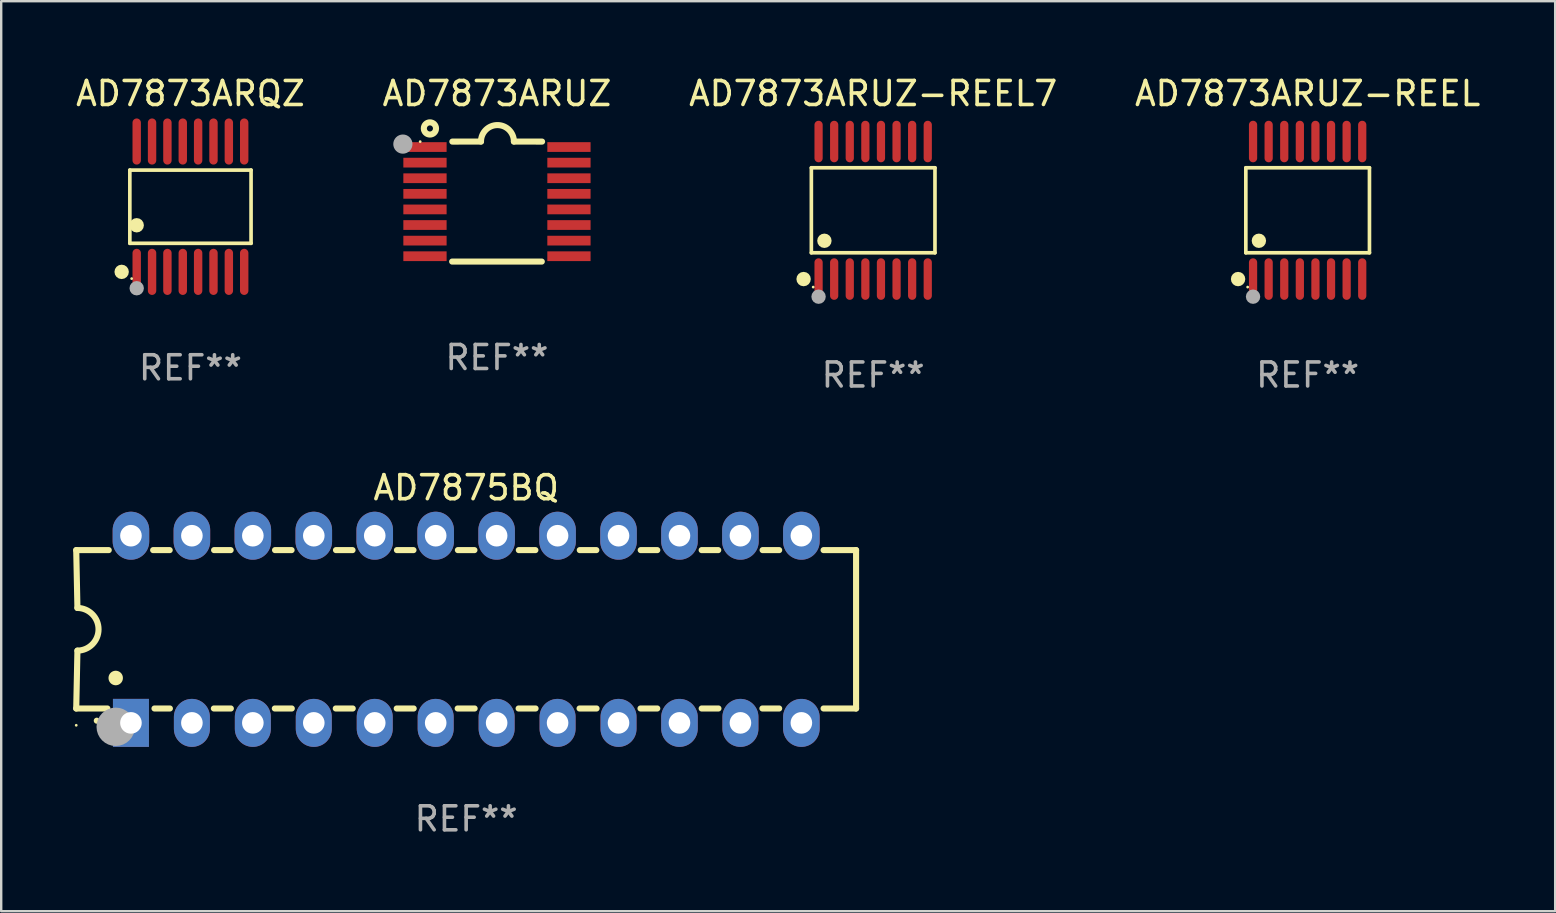
<source format=kicad_pcb>
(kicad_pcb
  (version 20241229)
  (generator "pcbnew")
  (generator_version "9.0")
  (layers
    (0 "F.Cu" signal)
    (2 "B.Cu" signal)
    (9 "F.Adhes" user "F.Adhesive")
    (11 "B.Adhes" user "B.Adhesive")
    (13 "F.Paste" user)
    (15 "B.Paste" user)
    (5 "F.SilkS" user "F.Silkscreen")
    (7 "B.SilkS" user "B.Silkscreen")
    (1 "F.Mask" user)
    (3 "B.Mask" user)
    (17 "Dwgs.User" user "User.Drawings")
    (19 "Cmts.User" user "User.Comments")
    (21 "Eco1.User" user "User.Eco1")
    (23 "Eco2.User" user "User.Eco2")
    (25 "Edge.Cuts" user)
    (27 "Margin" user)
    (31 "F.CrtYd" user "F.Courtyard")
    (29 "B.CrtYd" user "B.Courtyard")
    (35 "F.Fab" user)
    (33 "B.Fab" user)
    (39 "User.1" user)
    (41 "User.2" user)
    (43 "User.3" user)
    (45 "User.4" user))
  (footprint "AD7873ARQZ"
    (layer "F.Cu")
    (at 4.887 5.564)
    (property "Reference" "AD7873ARQZ" (at 0 -4.716 0) (layer "F.SilkS") (effects (font (size 1 1) (thickness 0.15))))
    (attr through_hole)
    (fp_line (start -2.526 -1.526) (end 2.526 -1.526) (stroke (width 0.152) (type solid)) (layer "F.SilkS"))
    (fp_line (start -2.526 1.526) (end -2.526 -1.526) (stroke (width 0.152) (type solid)) (layer "F.SilkS"))
    (fp_line (start 2.526 -1.526) (end 2.526 1.526) (stroke (width 0.152) (type solid)) (layer "F.SilkS"))
    (fp_line (start 2.526 1.526) (end -2.526 1.526) (stroke (width 0.152) (type solid)) (layer "F.SilkS"))
    (fp_circle (center -2.867 2.716) (end -2.717 2.716) (stroke (width 0.3) (type solid)) (fill no) (layer "F.SilkS"))
    (fp_circle (center -2.45 2.997) (end -2.42 2.997) (stroke (width 0.06) (type solid)) (fill no) (layer "F.SilkS"))
    (fp_circle (center -2.24 0.774) (end -2.09 0.774) (stroke (width 0.3) (type solid)) (fill no) (layer "F.SilkS"))
    (fp_circle (center -2.24 3.398) (end -2.09 3.398) (stroke (width 0.3) (type solid)) (fill no) (layer "F.Fab"))
    (fp_text user "REF**" (at 0 6.716 0) (layer "F.Fab") (effects (font (size 1 1) (thickness 0.15))))
    (pad "1" smd oval (at -2.24 2.716) (size 0.35 1.922) (layers "F.Cu" "F.Mask" "F.Paste"))
    (pad "2" smd oval (at -1.6 2.716) (size 0.35 1.922) (layers "F.Cu" "F.Mask" "F.Paste"))
    (pad "3" smd oval (at -0.96 2.716) (size 0.35 1.922) (layers "F.Cu" "F.Mask" "F.Paste"))
    (pad "4" smd oval (at -0.32 2.716) (size 0.35 1.922) (layers "F.Cu" "F.Mask" "F.Paste"))
    (pad "5" smd oval (at 0.32 2.716) (size 0.35 1.922) (layers "F.Cu" "F.Mask" "F.Paste"))
    (pad "6" smd oval (at 0.96 2.716) (size 0.35 1.922) (layers "F.Cu" "F.Mask" "F.Paste"))
    (pad "7" smd oval (at 1.6 2.716) (size 0.35 1.922) (layers "F.Cu" "F.Mask" "F.Paste"))
    (pad "8" smd oval (at 2.24 2.716) (size 0.35 1.922) (layers "F.Cu" "F.Mask" "F.Paste"))
    (pad "9" smd oval (at 2.24 -2.716) (size 0.35 1.922) (layers "F.Cu" "F.Mask" "F.Paste"))
    (pad "10" smd oval (at 1.6 -2.716) (size 0.35 1.922) (layers "F.Cu" "F.Mask" "F.Paste"))
    (pad "11" smd oval (at 0.96 -2.716) (size 0.35 1.922) (layers "F.Cu" "F.Mask" "F.Paste"))
    (pad "12" smd oval (at 0.32 -2.716) (size 0.35 1.922) (layers "F.Cu" "F.Mask" "F.Paste"))
    (pad "13" smd oval (at -0.32 -2.716) (size 0.35 1.922) (layers "F.Cu" "F.Mask" "F.Paste"))
    (pad "14" smd oval (at -0.96 -2.716) (size 0.35 1.922) (layers "F.Cu" "F.Mask" "F.Paste"))
    (pad "15" smd oval (at -1.6 -2.716) (size 0.35 1.922) (layers "F.Cu" "F.Mask" "F.Paste"))
    (pad "16" smd oval (at -2.24 -2.716) (size 0.35 1.922) (layers "F.Cu" "F.Mask" "F.Paste")))
  (footprint "AD7875BQ"
    (layer "F.Cu")
    (at 16.377 23.176)
    (property "Reference" "AD7875BQ" (at 0 -5.9 0) (layer "F.SilkS") (effects (font (size 1 1) (thickness 0.15))))
    (attr through_hole)
    (fp_line (start -16.25 -3.3) (end -16.2 -0.889) (stroke (width 0.254) (type solid)) (layer "F.SilkS"))
    (fp_line (start -16.25 -3.3) (end -14.895 -3.3) (stroke (width 0.254) (type solid)) (layer "F.SilkS"))
    (fp_line (start -16.25 3.3) (end -16.2 0.889) (stroke (width 0.254) (type solid)) (layer "F.SilkS"))
    (fp_line (start -16.25 3.3) (end -14.951 3.3) (stroke (width 0.254) (type solid)) (layer "F.SilkS"))
    (fp_line (start -13.045 -3.3) (end -12.355 -3.3) (stroke (width 0.254) (type solid)) (layer "F.SilkS"))
    (fp_line (start -12.989 3.3) (end -12.347 3.3) (stroke (width 0.254) (type solid)) (layer "F.SilkS"))
    (fp_line (start -10.514 3.3) (end -9.807 3.3) (stroke (width 0.254) (type solid)) (layer "F.SilkS"))
    (fp_line (start -10.505 -3.3) (end -9.815 -3.3) (stroke (width 0.254) (type solid)) (layer "F.SilkS"))
    (fp_line (start -7.974 3.3) (end -7.267 3.3) (stroke (width 0.254) (type solid)) (layer "F.SilkS"))
    (fp_line (start -7.965 -3.3) (end -7.275 -3.3) (stroke (width 0.254) (type solid)) (layer "F.SilkS"))
    (fp_line (start -5.434 3.3) (end -4.727 3.3) (stroke (width 0.254) (type solid)) (layer "F.SilkS"))
    (fp_line (start -5.425 -3.3) (end -4.735 -3.3) (stroke (width 0.254) (type solid)) (layer "F.SilkS"))
    (fp_line (start -2.894 3.3) (end -2.187 3.3) (stroke (width 0.254) (type solid)) (layer "F.SilkS"))
    (fp_line (start -2.885 -3.3) (end -2.195 -3.3) (stroke (width 0.254) (type solid)) (layer "F.SilkS"))
    (fp_line (start -0.354 3.3) (end 0.353 3.3) (stroke (width 0.254) (type solid)) (layer "F.SilkS"))
    (fp_line (start -0.345 -3.3) (end 0.345 -3.3) (stroke (width 0.254) (type solid)) (layer "F.SilkS"))
    (fp_line (start 2.186 3.3) (end 2.893 3.3) (stroke (width 0.254) (type solid)) (layer "F.SilkS"))
    (fp_line (start 2.195 -3.3) (end 2.885 -3.3) (stroke (width 0.254) (type solid)) (layer "F.SilkS"))
    (fp_line (start 4.726 3.3) (end 5.434 3.3) (stroke (width 0.254) (type solid)) (layer "F.SilkS"))
    (fp_line (start 4.735 -3.3) (end 5.425 -3.3) (stroke (width 0.254) (type solid)) (layer "F.SilkS"))
    (fp_line (start 7.266 3.3) (end 7.965 3.3) (stroke (width 0.254) (type solid)) (layer "F.SilkS"))
    (fp_line (start 7.275 -3.3) (end 7.965 -3.3) (stroke (width 0.254) (type solid)) (layer "F.SilkS"))
    (fp_line (start 9.815 -3.3) (end 10.505 -3.3) (stroke (width 0.254) (type solid)) (layer "F.SilkS"))
    (fp_line (start 9.815 3.3) (end 10.514 3.3) (stroke (width 0.254) (type solid)) (layer "F.SilkS"))
    (fp_line (start 12.346 3.3) (end 13.045 3.3) (stroke (width 0.254) (type solid)) (layer "F.SilkS"))
    (fp_line (start 12.355 -3.3) (end 13.045 -3.3) (stroke (width 0.254) (type solid)) (layer "F.SilkS"))
    (fp_line (start 16.25 -3.3) (end 14.895 -3.3) (stroke (width 0.254) (type solid)) (layer "F.SilkS"))
    (fp_line (start 16.25 -3.3) (end 16.25 3.3) (stroke (width 0.254) (type solid)) (layer "F.SilkS"))
    (fp_line (start 16.25 3.3) (end 14.895 3.3) (stroke (width 0.254) (type solid)) (layer "F.SilkS"))
    (fp_arc (start -16.201016 -0.890146) (mid -15.311429 -0.001055) (end -16.200025 0.889027) (stroke (width 0.254001) (type solid)) (layer "F.SilkS"))
    (fp_arc (start -15.394971 3.810033) (mid -15.394978 3.808763) (end -15.394971 3.807493) (stroke (width 0.25) (type solid)) (layer "F.SilkS"))
    (fp_arc (start -14.605029 2.032029) (mid -14.60504 2.029489) (end -14.605029 2.026949) (stroke (width 0.6) (type solid)) (layer "F.SilkS"))
    (fp_circle (center -16.25 4) (end -16.22 4) (stroke (width 0.06) (type solid)) (fill no) (layer "F.SilkS"))
    (fp_circle (center -14.605 4.064) (end -14.205 4.064) (stroke (width 0.8) (type solid)) (fill no) (layer "F.Fab"))
    (fp_text user "REF**" (at 0 7.9 0) (layer "F.Fab") (effects (font (size 1 1) (thickness 0.15))))
    (pad "1" thru_hole rect (at -13.97 3.9 90) (size 2 1.5) (drill 0.9) (layers "*.Cu" "*.Mask"))
    (pad "2" thru_hole oval (at -11.43 3.9 90) (size 2 1.5) (drill 0.9) (layers "*.Cu" "*.Mask"))
    (pad "3" thru_hole oval (at -8.89 3.9 90) (size 2 1.5) (drill 0.9) (layers "*.Cu" "*.Mask"))
    (pad "4" thru_hole oval (at -6.35 3.9 90) (size 2 1.5) (drill 0.9) (layers "*.Cu" "*.Mask"))
    (pad "5" thru_hole oval (at -3.81 3.9 90) (size 2 1.5) (drill 0.9) (layers "*.Cu" "*.Mask"))
    (pad "6" thru_hole oval (at -1.27 3.9 90) (size 2 1.5) (drill 0.9) (layers "*.Cu" "*.Mask"))
    (pad "7" thru_hole oval (at 1.27 3.9 90) (size 2 1.5) (drill 0.9) (layers "*.Cu" "*.Mask"))
    (pad "8" thru_hole oval (at 3.81 3.9 90) (size 2 1.5) (drill 0.9) (layers "*.Cu" "*.Mask"))
    (pad "9" thru_hole oval (at 6.35 3.9 90) (size 2 1.5) (drill 0.9) (layers "*.Cu" "*.Mask"))
    (pad "10" thru_hole oval (at 8.89 3.9 90) (size 2 1.524) (drill 0.9) (layers "*.Cu" "*.Mask"))
    (pad "11" thru_hole oval (at 11.43 3.9 90) (size 2 1.5) (drill 0.9) (layers "*.Cu" "*.Mask"))
    (pad "12" thru_hole oval (at 13.97 3.9 90) (size 2 1.524) (drill 0.9) (layers "*.Cu" "*.Mask"))
    (pad "13" thru_hole oval (at 13.97 -3.9 90) (size 2 1.524) (drill 0.9) (layers "*.Cu" "*.Mask"))
    (pad "14" thru_hole oval (at 11.43 -3.9 90) (size 2 1.524) (drill 0.9) (layers "*.Cu" "*.Mask"))
    (pad "15" thru_hole oval (at 8.89 -3.9 90) (size 2 1.524) (drill 0.9) (layers "*.Cu" "*.Mask"))
    (pad "16" thru_hole oval (at 6.35 -3.9 90) (size 2 1.524) (drill 0.9) (layers "*.Cu" "*.Mask"))
    (pad "17" thru_hole oval (at 3.81 -3.9 90) (size 2 1.524) (drill 0.9) (layers "*.Cu" "*.Mask"))
    (pad "18" thru_hole oval (at 1.27 -3.9 90) (size 2 1.524) (drill 0.9) (layers "*.Cu" "*.Mask"))
    (pad "19" thru_hole oval (at -1.27 -3.9 90) (size 2 1.524) (drill 0.9) (layers "*.Cu" "*.Mask"))
    (pad "20" thru_hole oval (at -3.81 -3.9 90) (size 2 1.524) (drill 0.9) (layers "*.Cu" "*.Mask"))
    (pad "21" thru_hole oval (at -6.35 -3.9 90) (size 2 1.524) (drill 0.9) (layers "*.Cu" "*.Mask"))
    (pad "22" thru_hole oval (at -8.89 -3.9 90) (size 2 1.524) (drill 0.9) (layers "*.Cu" "*.Mask"))
    (pad "23" thru_hole oval (at -11.43 -3.9 90) (size 2 1.524) (drill 0.9) (layers "*.Cu" "*.Mask"))
    (pad "24" thru_hole oval (at -13.97 -3.9 90) (size 2 1.524) (drill 0.9) (layers "*.Cu" "*.Mask")))
  (footprint "AD7873ARUZ-REEL"
    (layer "F.Cu")
    (at 51.446 5.714)
    (property "Reference" "AD7873ARUZ-REEL" (at 0 -4.866 0) (layer "F.SilkS") (effects (font (size 1 1) (thickness 0.15))))
    (attr through_hole)
    (fp_line (start -2.576 -1.772) (end 2.576 -1.772) (stroke (width 0.152) (type solid)) (layer "F.SilkS"))
    (fp_line (start -2.576 1.771) (end -2.576 -1.772) (stroke (width 0.152) (type solid)) (layer "F.SilkS"))
    (fp_line (start 2.576 -1.772) (end 2.576 1.771) (stroke (width 0.152) (type solid)) (layer "F.SilkS"))
    (fp_line (start 2.576 1.771) (end -2.576 1.771) (stroke (width 0.152) (type solid)) (layer "F.SilkS"))
    (fp_circle (center -2.899 2.866) (end -2.749 2.866) (stroke (width 0.3) (type solid)) (fill no) (layer "F.SilkS"))
    (fp_circle (center -2.5 3.2) (end -2.47 3.2) (stroke (width 0.06) (type solid)) (fill no) (layer "F.SilkS"))
    (fp_circle (center -2.032 1.27) (end -1.882 1.27) (stroke (width 0.3) (type solid)) (fill no) (layer "F.SilkS"))
    (fp_circle (center -2.275 3.6) (end -2.125 3.6) (stroke (width 0.3) (type solid)) (fill no) (layer "F.Fab"))
    (fp_text user "REF**" (at 0 6.866 0) (layer "F.Fab") (effects (font (size 1 1) (thickness 0.15))))
    (pad "1" smd oval (at -2.275 2.866) (size 0.343 1.731) (layers "F.Cu" "F.Mask" "F.Paste"))
    (pad "2" smd oval (at -1.625 2.866) (size 0.343 1.731) (layers "F.Cu" "F.Mask" "F.Paste"))
    (pad "3" smd oval (at -0.975 2.866) (size 0.343 1.731) (layers "F.Cu" "F.Mask" "F.Paste"))
    (pad "4" smd oval (at -0.325 2.866) (size 0.343 1.731) (layers "F.Cu" "F.Mask" "F.Paste"))
    (pad "5" smd oval (at 0.325 2.866) (size 0.343 1.731) (layers "F.Cu" "F.Mask" "F.Paste"))
    (pad "6" smd oval (at 0.975 2.866) (size 0.343 1.731) (layers "F.Cu" "F.Mask" "F.Paste"))
    (pad "7" smd oval (at 1.625 2.866) (size 0.343 1.731) (layers "F.Cu" "F.Mask" "F.Paste"))
    (pad "8" smd oval (at 2.275 2.866) (size 0.343 1.731) (layers "F.Cu" "F.Mask" "F.Paste"))
    (pad "9" smd oval (at 2.275 -2.866) (size 0.343 1.731) (layers "F.Cu" "F.Mask" "F.Paste"))
    (pad "10" smd oval (at 1.625 -2.866) (size 0.343 1.731) (layers "F.Cu" "F.Mask" "F.Paste"))
    (pad "11" smd oval (at 0.975 -2.866) (size 0.343 1.731) (layers "F.Cu" "F.Mask" "F.Paste"))
    (pad "12" smd oval (at 0.325 -2.866) (size 0.343 1.731) (layers "F.Cu" "F.Mask" "F.Paste"))
    (pad "13" smd oval (at -0.325 -2.866) (size 0.343 1.731) (layers "F.Cu" "F.Mask" "F.Paste"))
    (pad "14" smd oval (at -0.975 -2.866) (size 0.343 1.731) (layers "F.Cu" "F.Mask" "F.Paste"))
    (pad "15" smd oval (at -1.625 -2.866) (size 0.343 1.731) (layers "F.Cu" "F.Mask" "F.Paste"))
    (pad "16" smd oval (at -2.275 -2.866) (size 0.343 1.731) (layers "F.Cu" "F.Mask" "F.Paste")))
  (footprint "AD7873ARUZ"
    (layer "F.Cu")
    (at 17.661 5.35)
    (property "Reference" "AD7873ARUZ" (at 0 -4.501 0) (layer "F.SilkS") (effects (font (size 1 1) (thickness 0.15))))
    (attr through_hole)
    (fp_line (start -1.868 2.501) (end 1.868 2.501) (stroke (width 0.254) (type solid)) (layer "F.SilkS"))
    (fp_line (start -1.86 -2.499) (end -0.666 -2.501) (stroke (width 0.254) (type solid)) (layer "F.SilkS"))
    (fp_line (start 0.706 -2.501) (end 1.88 -2.499) (stroke (width 0.254) (type solid)) (layer "F.SilkS"))
    (fp_arc (start -0.665914 -2.501448) (mid 0.019888 -3.18725) (end 0.70569 -2.501448) (stroke (width 0.254001) (type solid)) (layer "F.SilkS"))
    (fp_circle (center -3.2 -2.497) (end -3.17 -2.497) (stroke (width 0.06) (type solid)) (fill no) (layer "F.SilkS"))
    (fp_circle (center -2.794 -3.047) (end -2.54 -3.047) (stroke (width 0.254) (type solid)) (fill no) (layer "F.SilkS"))
    (fp_circle (center -3.921 -2.395) (end -3.721 -2.395) (stroke (width 0.4) (type solid)) (fill no) (layer "F.Fab"))
    (fp_text user "REF**" (at 0 6.501 0) (layer "F.Fab") (effects (font (size 1 1) (thickness 0.15))))
    (pad "1" smd rect (at -3 -2.272) (size 1.803 0.406) (layers "F.Cu" "F.Mask" "F.Paste"))
    (pad "2" smd rect (at -3 -1.622) (size 1.803 0.406) (layers "F.Cu" "F.Mask" "F.Paste"))
    (pad "3" smd rect (at -3 -0.972) (size 1.803 0.406) (layers "F.Cu" "F.Mask" "F.Paste"))
    (pad "4" smd rect (at -3 -0.322) (size 1.803 0.406) (layers "F.Cu" "F.Mask" "F.Paste"))
    (pad "5" smd rect (at -3 0.328) (size 1.803 0.406) (layers "F.Cu" "F.Mask" "F.Paste"))
    (pad "6" smd rect (at -3 0.978) (size 1.803 0.406) (layers "F.Cu" "F.Mask" "F.Paste"))
    (pad "7" smd rect (at -3 1.628) (size 1.803 0.406) (layers "F.Cu" "F.Mask" "F.Paste"))
    (pad "8" smd rect (at -3 2.278) (size 1.803 0.406) (layers "F.Cu" "F.Mask" "F.Paste"))
    (pad "9" smd rect (at 3 2.278) (size 1.803 0.406) (layers "F.Cu" "F.Mask" "F.Paste"))
    (pad "10" smd rect (at 3 1.628) (size 1.803 0.406) (layers "F.Cu" "F.Mask" "F.Paste"))
    (pad "11" smd rect (at 3 0.978) (size 1.803 0.406) (layers "F.Cu" "F.Mask" "F.Paste"))
    (pad "12" smd rect (at 3 0.328) (size 1.803 0.406) (layers "F.Cu" "F.Mask" "F.Paste"))
    (pad "13" smd rect (at 3 -0.322) (size 1.803 0.406) (layers "F.Cu" "F.Mask" "F.Paste"))
    (pad "14" smd rect (at 3 -0.972) (size 1.803 0.406) (layers "F.Cu" "F.Mask" "F.Paste"))
    (pad "15" smd rect (at 3 -1.622) (size 1.803 0.406) (layers "F.Cu" "F.Mask" "F.Paste"))
    (pad "16" smd rect (at 3 -2.272) (size 1.803 0.406) (layers "F.Cu" "F.Mask" "F.Paste")))
  (footprint "AD7873ARUZ-REEL7"
    (layer "F.Cu")
    (at 33.339 5.714)
    (property "Reference" "AD7873ARUZ-REEL7" (at 0 -4.866 0) (layer "F.SilkS") (effects (font (size 1 1) (thickness 0.15))))
    (attr through_hole)
    (fp_line (start -2.576 -1.772) (end 2.576 -1.772) (stroke (width 0.152) (type solid)) (layer "F.SilkS"))
    (fp_line (start -2.576 1.771) (end -2.576 -1.772) (stroke (width 0.152) (type solid)) (layer "F.SilkS"))
    (fp_line (start 2.576 -1.772) (end 2.576 1.771) (stroke (width 0.152) (type solid)) (layer "F.SilkS"))
    (fp_line (start 2.576 1.771) (end -2.576 1.771) (stroke (width 0.152) (type solid)) (layer "F.SilkS"))
    (fp_circle (center -2.899 2.866) (end -2.749 2.866) (stroke (width 0.3) (type solid)) (fill no) (layer "F.SilkS"))
    (fp_circle (center -2.5 3.2) (end -2.47 3.2) (stroke (width 0.06) (type solid)) (fill no) (layer "F.SilkS"))
    (fp_circle (center -2.032 1.27) (end -1.882 1.27) (stroke (width 0.3) (type solid)) (fill no) (layer "F.SilkS"))
    (fp_circle (center -2.275 3.6) (end -2.125 3.6) (stroke (width 0.3) (type solid)) (fill no) (layer "F.Fab"))
    (fp_text user "REF**" (at 0 6.866 0) (layer "F.Fab") (effects (font (size 1 1) (thickness 0.15))))
    (pad "1" smd oval (at -2.275 2.866) (size 0.343 1.731) (layers "F.Cu" "F.Mask" "F.Paste"))
    (pad "2" smd oval (at -1.625 2.866) (size 0.343 1.731) (layers "F.Cu" "F.Mask" "F.Paste"))
    (pad "3" smd oval (at -0.975 2.866) (size 0.343 1.731) (layers "F.Cu" "F.Mask" "F.Paste"))
    (pad "4" smd oval (at -0.325 2.866) (size 0.343 1.731) (layers "F.Cu" "F.Mask" "F.Paste"))
    (pad "5" smd oval (at 0.325 2.866) (size 0.343 1.731) (layers "F.Cu" "F.Mask" "F.Paste"))
    (pad "6" smd oval (at 0.975 2.866) (size 0.343 1.731) (layers "F.Cu" "F.Mask" "F.Paste"))
    (pad "7" smd oval (at 1.625 2.866) (size 0.343 1.731) (layers "F.Cu" "F.Mask" "F.Paste"))
    (pad "8" smd oval (at 2.275 2.866) (size 0.343 1.731) (layers "F.Cu" "F.Mask" "F.Paste"))
    (pad "9" smd oval (at 2.275 -2.866) (size 0.343 1.731) (layers "F.Cu" "F.Mask" "F.Paste"))
    (pad "10" smd oval (at 1.625 -2.866) (size 0.343 1.731) (layers "F.Cu" "F.Mask" "F.Paste"))
    (pad "11" smd oval (at 0.975 -2.866) (size 0.343 1.731) (layers "F.Cu" "F.Mask" "F.Paste"))
    (pad "12" smd oval (at 0.325 -2.866) (size 0.343 1.731) (layers "F.Cu" "F.Mask" "F.Paste"))
    (pad "13" smd oval (at -0.325 -2.866) (size 0.343 1.731) (layers "F.Cu" "F.Mask" "F.Paste"))
    (pad "14" smd oval (at -0.975 -2.866) (size 0.343 1.731) (layers "F.Cu" "F.Mask" "F.Paste"))
    (pad "15" smd oval (at -1.625 -2.866) (size 0.343 1.731) (layers "F.Cu" "F.Mask" "F.Paste"))
    (pad "16" smd oval (at -2.275 -2.866) (size 0.343 1.731) (layers "F.Cu" "F.Mask" "F.Paste")))
  (gr_rect
    (start -3 -3)
    (end 61.762 34.925)
    (stroke (width 0.1) (type default))
    (fill no)
    (layer "Edge.Cuts")))
</source>
